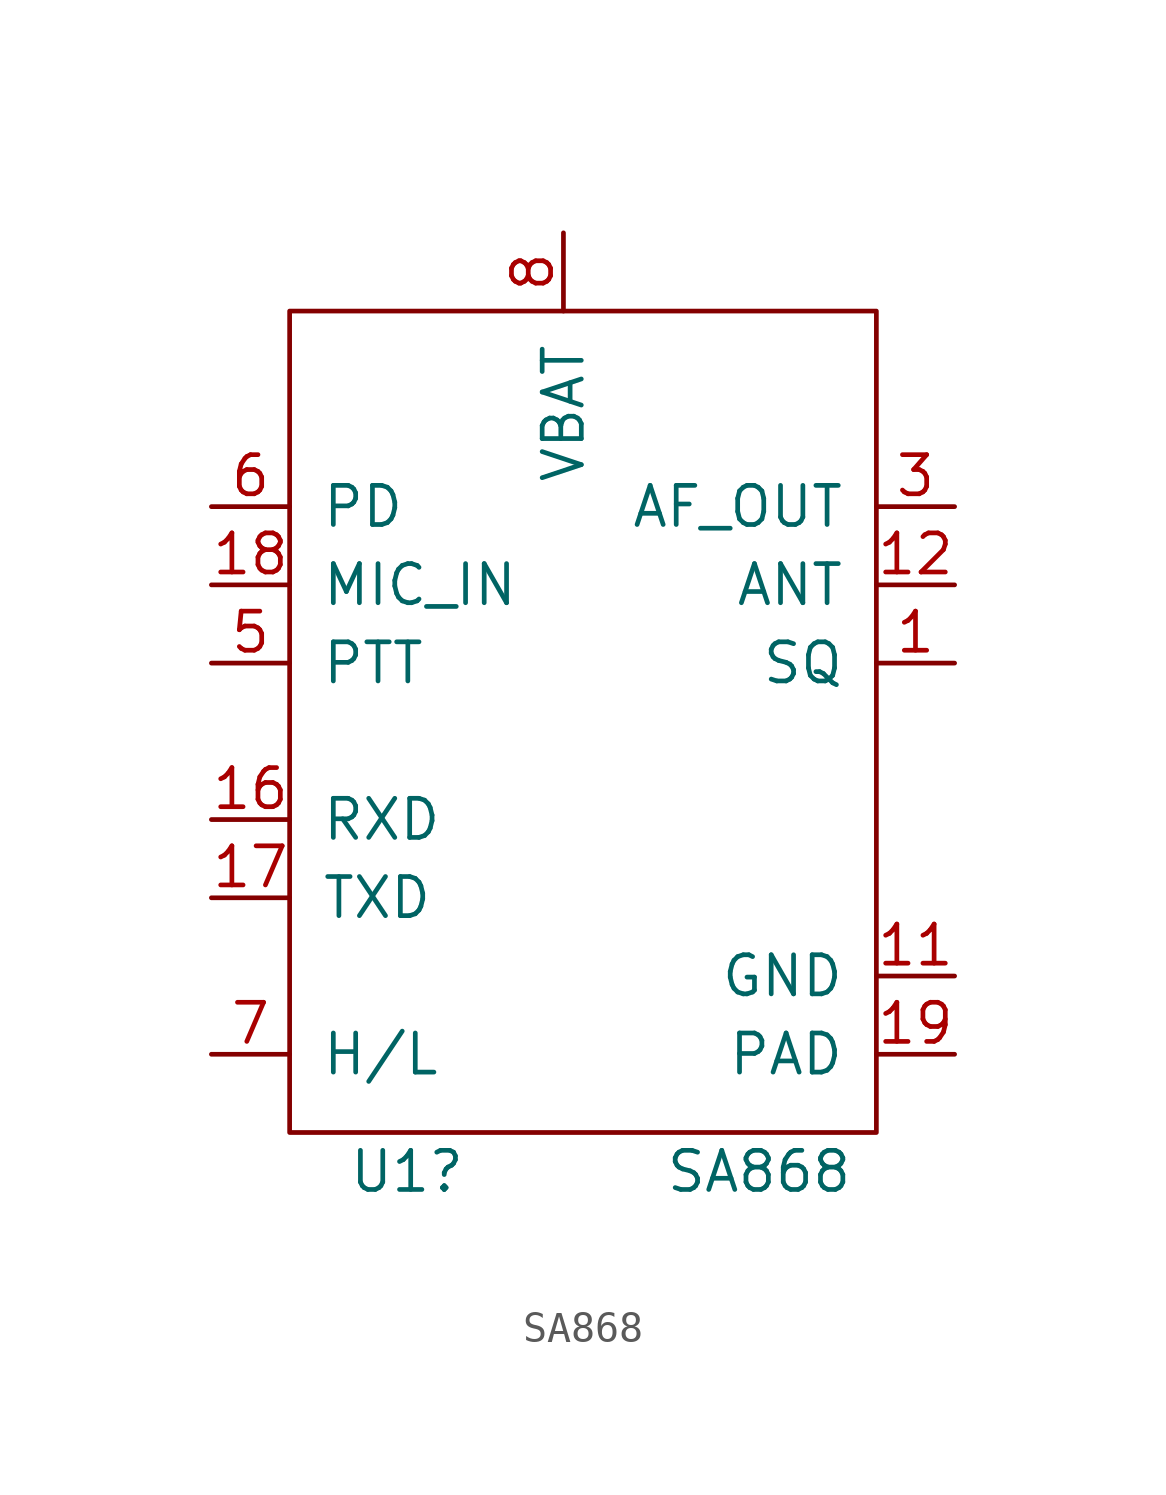
<source format=kicad_sym>
(kicad_symbol_lib
  (version 20211014)
  (generator kicad_symbol_editor)
  (symbol "SA868"
    (pin_names
      (offset 1.016))
    (property "Reference" "U1"
      (at -6.35 -15.24 0)
      (effects (font (size 1.27 1.27))))
    (property "Value" "SA868"
      (at 5.08 -15.24 0)
      (effects (font (size 1.27 1.27))))
    (symbol "SA868_0_0"
      (pin power_in line (at 11.43 -8.89 180) (length 2.54) (name "GND" (effects (font (size 1.27 1.27)))) (number "11" (effects (font (size 1.27 1.27)))))
      (pin no_connect line (at 8.89 -1.27 180) (length 2.54) hide (name "NC" (effects (font (size 1.27 1.27)))) (number "13" (effects (font (size 1.27 1.27)))))
      (pin no_connect line (at 8.89 -3.81 180) (length 2.54) hide (name "NC" (effects (font (size 1.27 1.27)))) (number "14" (effects (font (size 1.27 1.27)))))
      (pin no_connect line (at 8.89 -6.35 180) (length 2.54) hide (name "NC" (effects (font (size 1.27 1.27)))) (number "15" (effects (font (size 1.27 1.27)))))
      (pin no_connect line (at 8.89 11.43 180) (length 2.54) hide (name "NC" (effects (font (size 1.27 1.27)))) (number "2" (effects (font (size 1.27 1.27)))))
      (pin no_connect line (at 8.89 8.89 180) (length 2.54) hide (name "NC" (effects (font (size 1.27 1.27)))) (number "4" (effects (font (size 1.27 1.27))))))
    (symbol "SA868_0_1"
      (rectangle (start -10.16 12.7) (end 8.89 -13.97) (stroke (width 0) (type default) (color 0 0 0 0)) (fill (type none))))
    (symbol "SA868_1_1"
      (pin input line (at 11.43 1.27 180) (length 2.54) (name "SQ" (effects (font (size 1.27 1.27)))) (number "1" (effects (font (size 1.27 1.27)))))
      (pin passive line (at 11.43 -8.89 180) (length 2.54) hide (name "" (effects (font (size 1.27 1.27)))) (number "10" (effects (font (size 1.27 1.27)))))
      (pin bidirectional line (at 11.43 3.81 180) (length 2.54) (name "ANT" (effects (font (size 1.27 1.27)))) (number "12" (effects (font (size 1.27 1.27)))))
      (pin input line (at -12.7 -3.81 0) (length 2.54) (name "RXD" (effects (font (size 1.27 1.27)))) (number "16" (effects (font (size 1.27 1.27)))))
      (pin input line (at -12.7 -6.35 0) (length 2.54) (name "TXD" (effects (font (size 1.27 1.27)))) (number "17" (effects (font (size 1.27 1.27)))))
      (pin input line (at -12.7 3.81 0) (length 2.54) (name "MIC_IN" (effects (font (size 1.27 1.27)))) (number "18" (effects (font (size 1.27 1.27)))))
      (pin power_in line (at 11.43 -11.43 180) (length 2.54) (name "PAD" (effects (font (size 1.27 1.27)))) (number "19" (effects (font (size 1.27 1.27)))))
      (pin output line (at 11.43 6.35 180) (length 2.54) (name "AF_OUT" (effects (font (size 1.27 1.27)))) (number "3" (effects (font (size 1.27 1.27)))))
      (pin input line (at -12.7 1.27 0) (length 2.54) (name "PTT" (effects (font (size 1.27 1.27)))) (number "5" (effects (font (size 1.27 1.27)))))
      (pin input line (at -12.7 6.35 0) (length 2.54) (name "PD" (effects (font (size 1.27 1.27)))) (number "6" (effects (font (size 1.27 1.27)))))
      (pin input line (at -12.7 -11.43 0) (length 2.54) (name "H/L" (effects (font (size 1.27 1.27)))) (number "7" (effects (font (size 1.27 1.27)))))
      (pin power_in line (at -1.27 15.24 270) (length 2.54) (name "VBAT" (effects (font (size 1.27 1.27)))) (number "8" (effects (font (size 1.27 1.27)))))
      (pin passive line (at 11.43 -8.89 180) (length 2.54) hide (name "" (effects (font (size 1.27 1.27)))) (number "9" (effects (font (size 1.27 1.27))))))))
</source>
